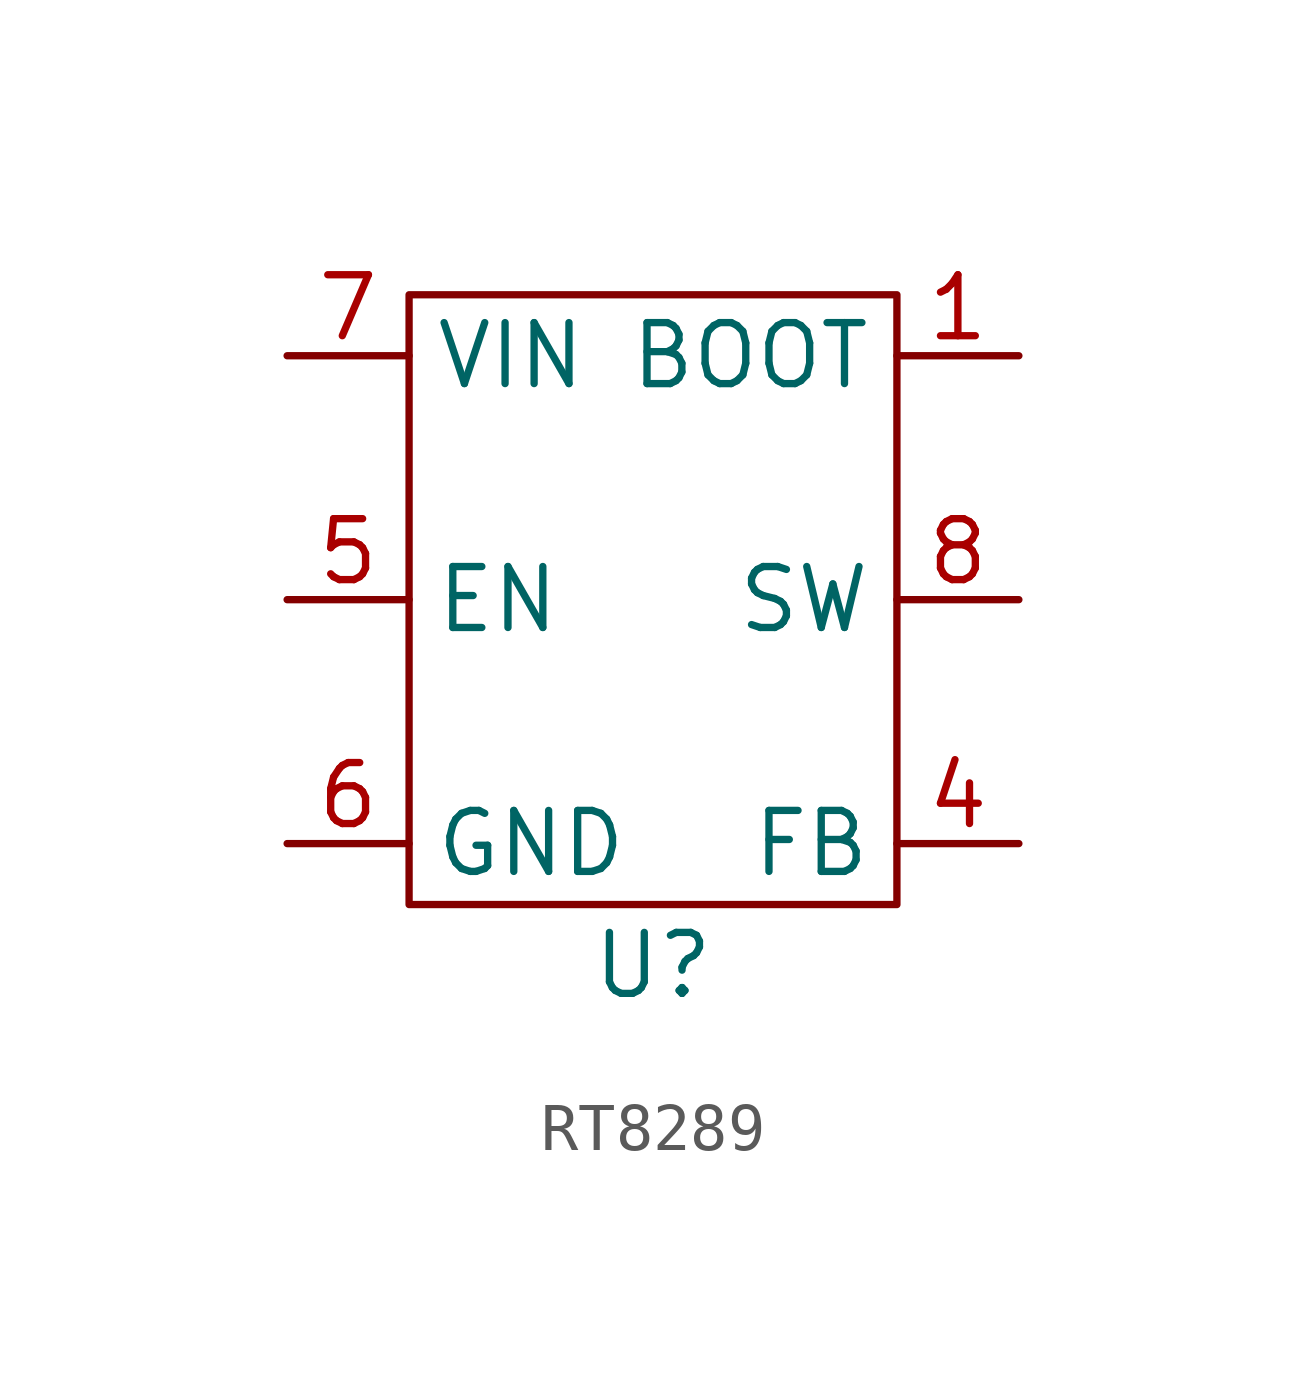
<source format=kicad_sym>
(kicad_symbol_lib
  (version 20220914)
  (generator kicad_symbol_editor)
  (symbol "RT8289"
    (property "Reference" "U"
      (at 0 -7.62 0)
      (effects (font (size 1.27 1.27))))
    (property "Value" ""
      (at -1.27 0 0)
      (effects (font (size 1.27 1.27))))
    (symbol "RT8289_0_1"
      (rectangle (start -5.08 6.35) (end 5.08 -6.35) (stroke (width 0) (type default)) (fill (type none))))
    (symbol "RT8289_1_1"
      (pin input line (at 7.62 5.08 180) (length 2.54) (name "BOOT" (effects (font (size 1.27 1.27)))) (number "1" (effects (font (size 1.27 1.27)))))
      (pin input line (at 7.62 -5.08 180) (length 2.54) (name "FB" (effects (font (size 1.27 1.27)))) (number "4" (effects (font (size 1.27 1.27)))))
      (pin input line (at -7.62 0 0) (length 2.54) (name "EN" (effects (font (size 1.27 1.27)))) (number "5" (effects (font (size 1.27 1.27)))))
      (pin power_in line (at -7.62 -5.08 0) (length 2.54) (name "GND" (effects (font (size 1.27 1.27)))) (number "6" (effects (font (size 1.27 1.27)))))
      (pin power_in line (at -7.62 5.08 0) (length 2.54) (name "VIN" (effects (font (size 1.27 1.27)))) (number "7" (effects (font (size 1.27 1.27)))))
      (pin power_out line (at 7.62 0 180) (length 2.54) (name "SW" (effects (font (size 1.27 1.27)))) (number "8" (effects (font (size 1.27 1.27))))))))
</source>
